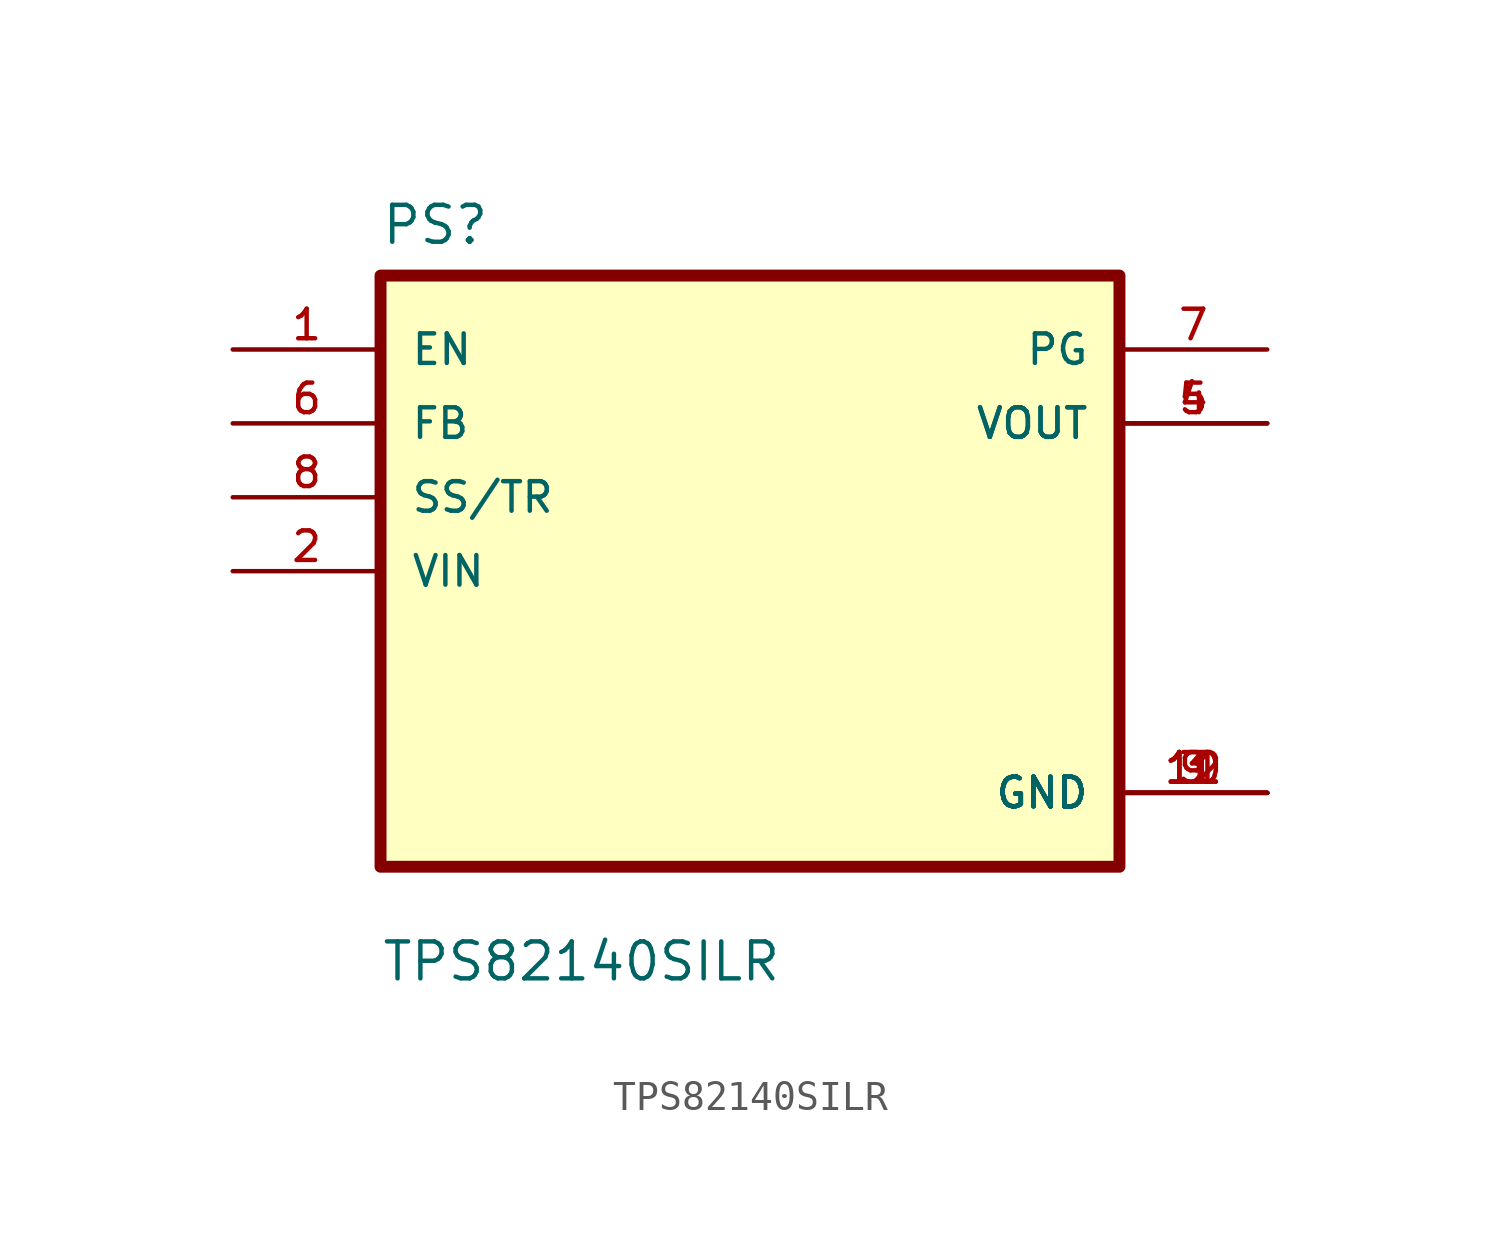
<source format=kicad_sym>
(kicad_symbol_lib
  (version 20211014)
  (generator kicad_symbol_editor)
  (symbol "TPS82140SILR"
    (pin_names
      (offset 1.016))
    (property "Reference" "PS"
      (at -12.7 11.16 0.0)
      (effects (font (size 1.27 1.27)) (justify bottom left)))
    (property "Value" "TPS82140SILR"
      (at -12.7 -14.16 0.0)
      (effects (font (size 1.27 1.27)) (justify bottom left)))
    (symbol "TPS82140SILR_0_0"
      (rectangle (start -12.7 -10.16) (end 12.7 10.16) (stroke (width 0.41)) (fill (type background)))
      (pin input line (at -17.78 7.62 0) (length 5.08) (name "EN" (effects (font (size 1.016 1.016)))) (number "1" (effects (font (size 1.016 1.016)))))
      (pin input line (at -17.78 5.08 0) (length 5.08) (name "FB" (effects (font (size 1.016 1.016)))) (number "6" (effects (font (size 1.016 1.016)))))
      (pin input line (at -17.78 2.54 0) (length 5.08) (name "SS/TR" (effects (font (size 1.016 1.016)))) (number "8" (effects (font (size 1.016 1.016)))))
      (pin input line (at -17.78 0.0 0) (length 5.08) (name "VIN" (effects (font (size 1.016 1.016)))) (number "2" (effects (font (size 1.016 1.016)))))
      (pin output line (at 17.78 7.62 180.0) (length 5.08) (name "PG" (effects (font (size 1.016 1.016)))) (number "7" (effects (font (size 1.016 1.016)))))
      (pin output line (at 17.78 5.08 180.0) (length 5.08) (name "VOUT" (effects (font (size 1.016 1.016)))) (number "4" (effects (font (size 1.016 1.016)))))
      (pin output line (at 17.78 5.08 180.0) (length 5.08) (name "VOUT" (effects (font (size 1.016 1.016)))) (number "5" (effects (font (size 1.016 1.016)))))
      (pin power_in line (at 17.78 -7.62 180.0) (length 5.08) (name "GND" (effects (font (size 1.016 1.016)))) (number "3" (effects (font (size 1.016 1.016)))))
      (pin power_in line (at 17.78 -7.62 180.0) (length 5.08) (name "GND" (effects (font (size 1.016 1.016)))) (number "9" (effects (font (size 1.016 1.016)))))
      (pin power_in line (at 17.78 -7.62 180.0) (length 5.08) (name "GND" (effects (font (size 1.016 1.016)))) (number "10" (effects (font (size 1.016 1.016)))))
      (pin power_in line (at 17.78 -7.62 180.0) (length 5.08) (name "GND" (effects (font (size 1.016 1.016)))) (number "11" (effects (font (size 1.016 1.016)))))
      (pin power_in line (at 17.78 -7.62 180.0) (length 5.08) (name "GND" (effects (font (size 1.016 1.016)))) (number "12" (effects (font (size 1.016 1.016))))))))
</source>
